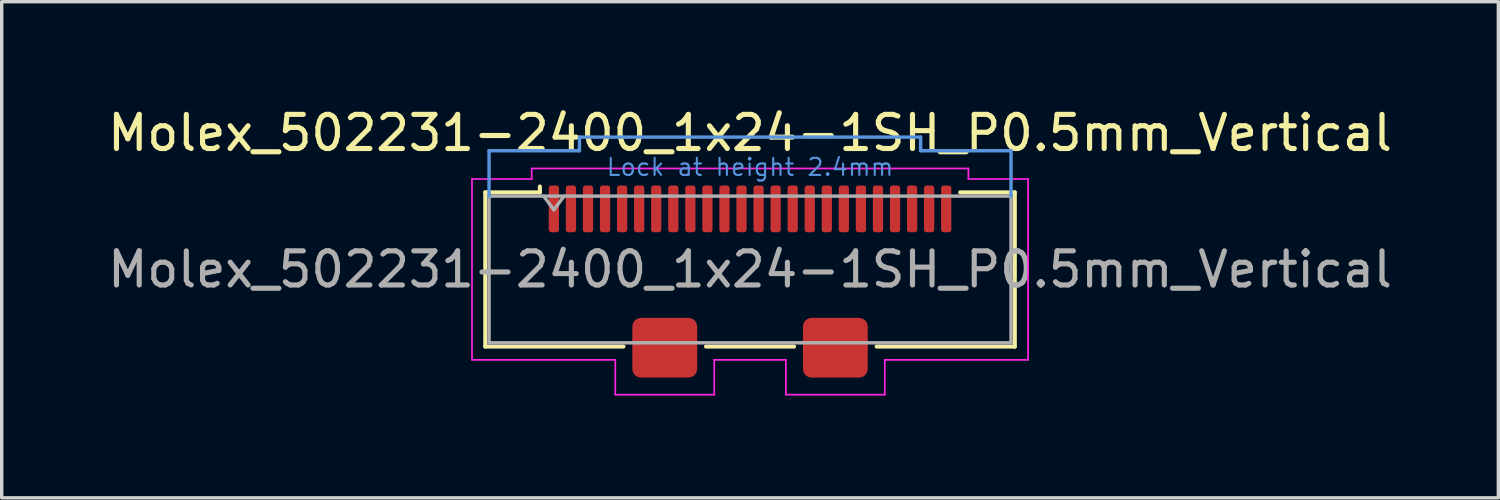
<source format=kicad_pcb>
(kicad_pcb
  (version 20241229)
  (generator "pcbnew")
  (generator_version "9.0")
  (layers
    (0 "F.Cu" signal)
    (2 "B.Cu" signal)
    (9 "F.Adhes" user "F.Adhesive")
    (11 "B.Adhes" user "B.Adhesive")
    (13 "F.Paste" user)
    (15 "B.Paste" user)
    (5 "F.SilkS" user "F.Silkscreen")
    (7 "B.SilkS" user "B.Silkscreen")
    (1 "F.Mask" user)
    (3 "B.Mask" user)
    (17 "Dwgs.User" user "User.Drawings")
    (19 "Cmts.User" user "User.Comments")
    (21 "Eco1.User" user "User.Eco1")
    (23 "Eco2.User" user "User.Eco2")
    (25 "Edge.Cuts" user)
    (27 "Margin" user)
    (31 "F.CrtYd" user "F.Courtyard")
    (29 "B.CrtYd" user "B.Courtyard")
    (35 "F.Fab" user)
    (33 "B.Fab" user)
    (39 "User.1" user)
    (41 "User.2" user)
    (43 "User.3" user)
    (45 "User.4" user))
  (footprint "Molex_502231-2400_1x24-1SH_P0.5mm_Vertical"
    (layer "F.Cu")
    (at 18.935 4.118)
    (property "Reference" "Molex_502231-2400_1x24-1SH_P0.5mm_Vertical" (at 0 -3.27 0) (layer "F.SilkS") (effects (font (size 1 1) (thickness 0.15))))
    (attr smd)
    (fp_line (start -7.76 2.99) (end -7.76 -1.53) (stroke (width 0.12) (type solid)) (layer "F.SilkS"))
    (fp_line (start -6.16 -1.53) (end -7.76 -1.53) (stroke (width 0.12) (type solid)) (layer "F.SilkS"))
    (fp_line (start -6.16 -1.53) (end -6.16 -1.7) (stroke (width 0.12) (type solid)) (layer "F.SilkS"))
    (fp_line (start -3.71 2.99) (end -7.76 2.99) (stroke (width 0.12) (type solid)) (layer "F.SilkS"))
    (fp_line (start -1.29 2.99) (end 1.29 2.99) (stroke (width 0.12) (type solid)) (layer "F.SilkS"))
    (fp_line (start 3.71 2.99) (end 7.76 2.99) (stroke (width 0.12) (type solid)) (layer "F.SilkS"))
    (fp_line (start 6.16 -1.53) (end 7.76 -1.53) (stroke (width 0.12) (type solid)) (layer "F.SilkS"))
    (fp_line (start 7.76 2.99) (end 7.76 -1.53) (stroke (width 0.12) (type solid)) (layer "F.SilkS"))
    (fp_line (start -7.65 -2.75) (end -7.65 -1.42) (stroke (width 0.1) (type solid)) (layer "Cmts.User"))
    (fp_line (start -5 -3.15) (end -5 -2.75) (stroke (width 0.1) (type solid)) (layer "Cmts.User"))
    (fp_line (start -5 -3.15) (end 5 -3.15) (stroke (width 0.1) (type solid)) (layer "Cmts.User"))
    (fp_line (start -5 -2.75) (end -7.65 -2.75) (stroke (width 0.1) (type solid)) (layer "Cmts.User"))
    (fp_line (start 5 -3.15) (end 5 -2.75) (stroke (width 0.1) (type solid)) (layer "Cmts.User"))
    (fp_line (start 5 -2.75) (end 7.65 -2.75) (stroke (width 0.1) (type solid)) (layer "Cmts.User"))
    (fp_line (start 7.65 -2.75) (end 7.65 -1.42) (stroke (width 0.1) (type solid)) (layer "Cmts.User"))
    (fp_line (start -8.15 -1.92) (end -6.4 -1.92) (stroke (width 0.05) (type solid)) (layer "F.CrtYd"))
    (fp_line (start -8.15 3.38) (end -8.15 -1.92) (stroke (width 0.05) (type solid)) (layer "F.CrtYd"))
    (fp_line (start -6.4 -1.92) (end -6.4 -2.23) (stroke (width 0.05) (type solid)) (layer "F.CrtYd"))
    (fp_line (start -3.95 3.38) (end -8.15 3.38) (stroke (width 0.05) (type solid)) (layer "F.CrtYd"))
    (fp_line (start -3.95 3.38) (end -3.95 4.4) (stroke (width 0.05) (type solid)) (layer "F.CrtYd"))
    (fp_line (start -1.05 3.38) (end -1.05 4.4) (stroke (width 0.05) (type solid)) (layer "F.CrtYd"))
    (fp_line (start -1.05 4.4) (end -3.95 4.4) (stroke (width 0.05) (type solid)) (layer "F.CrtYd"))
    (fp_line (start 1.05 3.38) (end -1.05 3.38) (stroke (width 0.05) (type solid)) (layer "F.CrtYd"))
    (fp_line (start 1.05 3.38) (end 1.05 4.4) (stroke (width 0.05) (type solid)) (layer "F.CrtYd"))
    (fp_line (start 1.05 4.4) (end 3.95 4.4) (stroke (width 0.05) (type solid)) (layer "F.CrtYd"))
    (fp_line (start 3.95 3.38) (end 3.95 4.4) (stroke (width 0.05) (type solid)) (layer "F.CrtYd"))
    (fp_line (start 3.95 3.38) (end 8.15 3.38) (stroke (width 0.05) (type solid)) (layer "F.CrtYd"))
    (fp_line (start 6.4 -2.23) (end -6.4 -2.23) (stroke (width 0.05) (type solid)) (layer "F.CrtYd"))
    (fp_line (start 6.4 -1.92) (end 6.4 -2.23) (stroke (width 0.05) (type solid)) (layer "F.CrtYd"))
    (fp_line (start 8.15 -1.92) (end 6.4 -1.92) (stroke (width 0.05) (type solid)) (layer "F.CrtYd"))
    (fp_line (start 8.15 3.38) (end 8.15 -1.92) (stroke (width 0.05) (type solid)) (layer "F.CrtYd"))
    (fp_line (start -7.65 -1.42) (end -7.65 2.88) (stroke (width 0.1) (type solid)) (layer "F.Fab"))
    (fp_line (start -7.65 -1.42) (end 7.65 -1.42) (stroke (width 0.1) (type solid)) (layer "F.Fab"))
    (fp_line (start -7.65 2.88) (end 7.65 2.88) (stroke (width 0.1) (type solid)) (layer "F.Fab"))
    (fp_line (start -6.05 -1.42) (end -5.75 -1.02) (stroke (width 0.1) (type solid)) (layer "F.Fab"))
    (fp_line (start -5.75 -1.02) (end -5.45 -1.42) (stroke (width 0.1) (type solid)) (layer "F.Fab"))
    (fp_line (start 7.65 -1.42) (end 7.65 2.88) (stroke (width 0.1) (type solid)) (layer "F.Fab"))
    (fp_text user "Lock at height 2.4mm" (at 0 -2.27 0) (layer "Cmts.User") (effects (font (size 0.5 0.5) (thickness 0.06))))
    (fp_text user "${REFERENCE}" (at 0 0.73 0) (layer "F.Fab") (effects (font (size 1 1) (thickness 0.15))))
    (pad "1" smd roundrect (at -5.75 -1.045) (size 0.3 1.37) (layers "F.Cu" "F.Mask" "F.Paste") (roundrect_rratio 0.25))
    (pad "2" smd roundrect (at -5.25 -1.045) (size 0.3 1.37) (layers "F.Cu" "F.Mask" "F.Paste") (roundrect_rratio 0.25))
    (pad "3" smd roundrect (at -4.75 -1.045) (size 0.3 1.37) (layers "F.Cu" "F.Mask" "F.Paste") (roundrect_rratio 0.25))
    (pad "4" smd roundrect (at -4.25 -1.045) (size 0.3 1.37) (layers "F.Cu" "F.Mask" "F.Paste") (roundrect_rratio 0.25))
    (pad "5" smd roundrect (at -3.75 -1.045) (size 0.3 1.37) (layers "F.Cu" "F.Mask" "F.Paste") (roundrect_rratio 0.25))
    (pad "6" smd roundrect (at -3.25 -1.045) (size 0.3 1.37) (layers "F.Cu" "F.Mask" "F.Paste") (roundrect_rratio 0.25))
    (pad "7" smd roundrect (at -2.75 -1.045) (size 0.3 1.37) (layers "F.Cu" "F.Mask" "F.Paste") (roundrect_rratio 0.25))
    (pad "8" smd roundrect (at -2.25 -1.045) (size 0.3 1.37) (layers "F.Cu" "F.Mask" "F.Paste") (roundrect_rratio 0.25))
    (pad "9" smd roundrect (at -1.75 -1.045) (size 0.3 1.37) (layers "F.Cu" "F.Mask" "F.Paste") (roundrect_rratio 0.25))
    (pad "10" smd roundrect (at -1.25 -1.045) (size 0.3 1.37) (layers "F.Cu" "F.Mask" "F.Paste") (roundrect_rratio 0.25))
    (pad "11" smd roundrect (at -0.75 -1.045) (size 0.3 1.37) (layers "F.Cu" "F.Mask" "F.Paste") (roundrect_rratio 0.25))
    (pad "12" smd roundrect (at -0.25 -1.045) (size 0.3 1.37) (layers "F.Cu" "F.Mask" "F.Paste") (roundrect_rratio 0.25))
    (pad "13" smd roundrect (at 0.25 -1.045) (size 0.3 1.37) (layers "F.Cu" "F.Mask" "F.Paste") (roundrect_rratio 0.25))
    (pad "14" smd roundrect (at 0.75 -1.045) (size 0.3 1.37) (layers "F.Cu" "F.Mask" "F.Paste") (roundrect_rratio 0.25))
    (pad "15" smd roundrect (at 1.25 -1.045) (size 0.3 1.37) (layers "F.Cu" "F.Mask" "F.Paste") (roundrect_rratio 0.25))
    (pad "16" smd roundrect (at 1.75 -1.045) (size 0.3 1.37) (layers "F.Cu" "F.Mask" "F.Paste") (roundrect_rratio 0.25))
    (pad "17" smd roundrect (at 2.25 -1.045) (size 0.3 1.37) (layers "F.Cu" "F.Mask" "F.Paste") (roundrect_rratio 0.25))
    (pad "18" smd roundrect (at 2.75 -1.045) (size 0.3 1.37) (layers "F.Cu" "F.Mask" "F.Paste") (roundrect_rratio 0.25))
    (pad "19" smd roundrect (at 3.25 -1.045) (size 0.3 1.37) (layers "F.Cu" "F.Mask" "F.Paste") (roundrect_rratio 0.25))
    (pad "20" smd roundrect (at 3.75 -1.045) (size 0.3 1.37) (layers "F.Cu" "F.Mask" "F.Paste") (roundrect_rratio 0.25))
    (pad "21" smd roundrect (at 4.25 -1.045) (size 0.3 1.37) (layers "F.Cu" "F.Mask" "F.Paste") (roundrect_rratio 0.25))
    (pad "22" smd roundrect (at 4.75 -1.045) (size 0.3 1.37) (layers "F.Cu" "F.Mask" "F.Paste") (roundrect_rratio 0.25))
    (pad "23" smd roundrect (at 5.25 -1.045) (size 0.3 1.37) (layers "F.Cu" "F.Mask" "F.Paste") (roundrect_rratio 0.25))
    (pad "24" smd roundrect (at 5.75 -1.045) (size 0.3 1.37) (layers "F.Cu" "F.Mask" "F.Paste") (roundrect_rratio 0.25))
    (pad "SH" smd roundrect (at -2.5 3.025) (size 1.9 1.75) (layers "F.Cu" "F.Mask" "F.Paste") (roundrect_rratio 0.143))
    (pad "SH" smd roundrect (at 2.5 3.025) (size 1.9 1.75) (layers "F.Cu" "F.Mask" "F.Paste") (roundrect_rratio 0.143)))
  (gr_rect
    (start -3 -3)
    (end 40.869 11.543)
    (stroke (width 0.1) (type default))
    (fill no)
    (layer "Edge.Cuts")))
</source>
